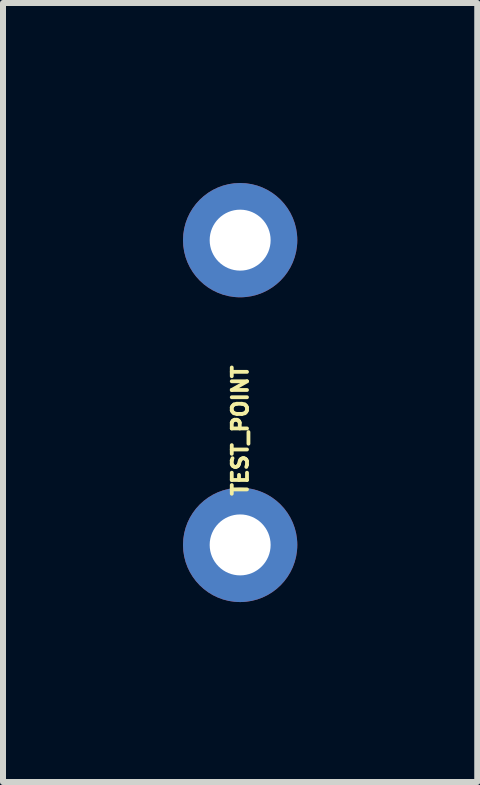
<source format=kicad_pcb>
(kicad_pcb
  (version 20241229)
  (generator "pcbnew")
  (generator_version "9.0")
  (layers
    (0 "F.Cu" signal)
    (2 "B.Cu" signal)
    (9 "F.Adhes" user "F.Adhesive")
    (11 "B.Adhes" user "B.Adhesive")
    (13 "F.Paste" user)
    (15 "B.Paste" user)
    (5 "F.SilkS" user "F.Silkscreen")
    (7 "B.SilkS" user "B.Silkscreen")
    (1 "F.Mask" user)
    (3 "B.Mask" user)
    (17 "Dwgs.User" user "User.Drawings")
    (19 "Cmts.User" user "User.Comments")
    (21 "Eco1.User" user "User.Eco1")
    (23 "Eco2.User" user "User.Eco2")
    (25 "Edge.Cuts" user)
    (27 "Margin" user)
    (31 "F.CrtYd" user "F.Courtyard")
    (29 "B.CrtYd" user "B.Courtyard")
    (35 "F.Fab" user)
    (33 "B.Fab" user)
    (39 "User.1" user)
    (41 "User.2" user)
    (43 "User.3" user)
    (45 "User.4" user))
  (footprint "TEST_POINT"
    (layer "F.Cu")
    (at 0.953 3.493)
    (property "Reference" "TEST_POINT" (at 0 0.635 90) (layer "F.SilkS") (effects (font (size 0.254 0.254) (thickness 0.064))))
    (attr through_hole)
    (pad "1" thru_hole circle (at 0 2.54) (size 1.905 1.905) (drill 1.016) (layers "*.Cu" "*.Mask"))
    (pad "2" thru_hole circle (at 0 -2.54) (size 1.905 1.905) (drill 1.016) (layers "*.Cu" "*.Mask")))
  (gr_rect
    (start -3 -3)
    (end 4.905 9.985)
    (stroke (width 0.1) (type default))
    (fill no)
    (layer "Edge.Cuts")))
</source>
